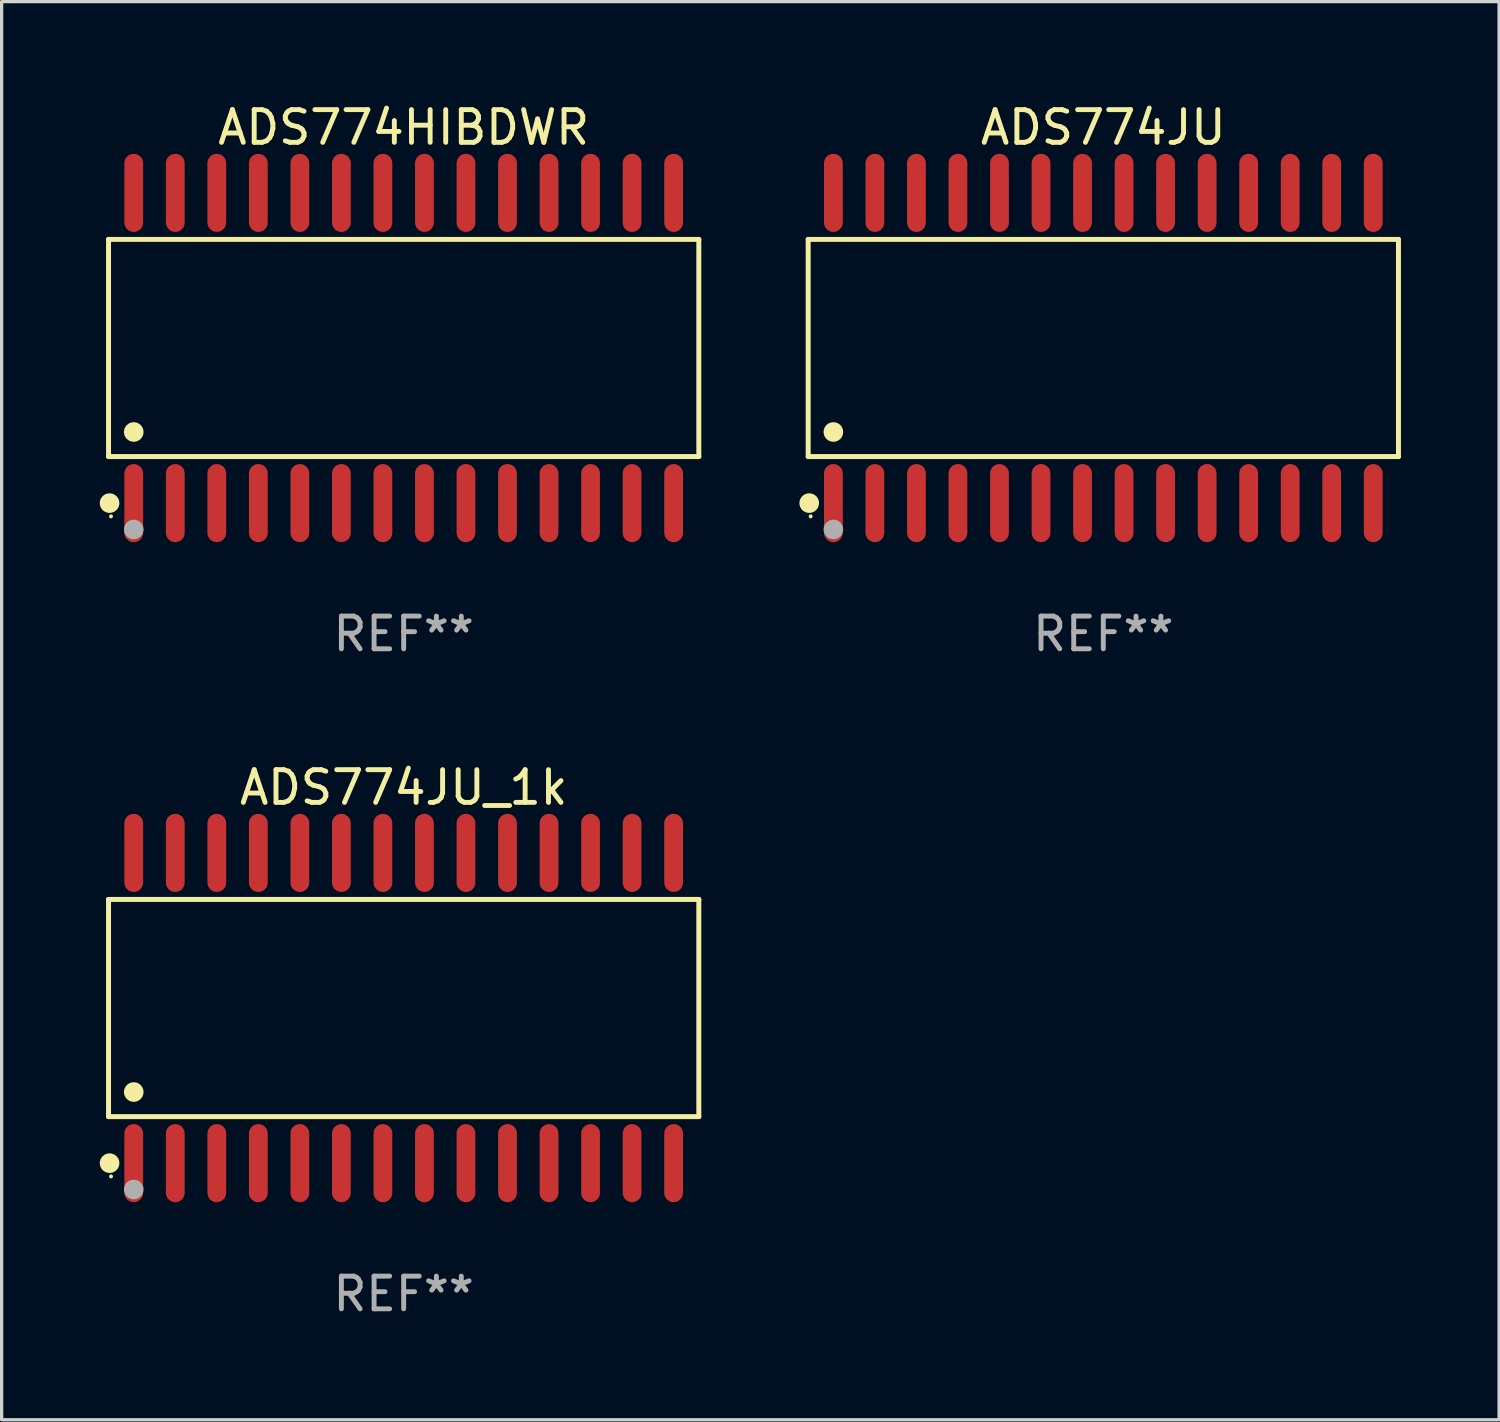
<source format=kicad_pcb>
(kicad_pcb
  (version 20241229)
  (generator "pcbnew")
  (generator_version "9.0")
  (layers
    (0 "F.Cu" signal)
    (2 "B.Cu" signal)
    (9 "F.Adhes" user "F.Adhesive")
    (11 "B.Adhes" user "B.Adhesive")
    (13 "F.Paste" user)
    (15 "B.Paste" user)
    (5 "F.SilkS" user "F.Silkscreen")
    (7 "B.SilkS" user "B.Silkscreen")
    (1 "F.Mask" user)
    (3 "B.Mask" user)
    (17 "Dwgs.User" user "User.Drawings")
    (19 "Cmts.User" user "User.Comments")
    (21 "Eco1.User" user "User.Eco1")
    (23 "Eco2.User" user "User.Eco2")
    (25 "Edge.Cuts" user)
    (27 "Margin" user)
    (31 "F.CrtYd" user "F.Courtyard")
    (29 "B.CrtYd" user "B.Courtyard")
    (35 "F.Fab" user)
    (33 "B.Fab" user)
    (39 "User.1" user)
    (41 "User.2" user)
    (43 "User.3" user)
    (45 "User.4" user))
  (footprint "ADS774HIBDWR"
    (layer "F.Cu")
    (at 9.295 7.592)
    (property "Reference" "ADS774HIBDWR" (at 0 -6.744 0) (layer "F.SilkS") (effects (font (size 1 1) (thickness 0.15))))
    (attr through_hole)
    (fp_line (start -9.026 -3.321) (end 9.026 -3.321) (stroke (width 0.152) (type solid)) (layer "F.SilkS"))
    (fp_line (start -9.026 3.321) (end -9.026 -3.321) (stroke (width 0.152) (type solid)) (layer "F.SilkS"))
    (fp_line (start 9.026 -3.321) (end 9.026 3.321) (stroke (width 0.152) (type solid)) (layer "F.SilkS"))
    (fp_line (start 9.026 3.321) (end -9.026 3.321) (stroke (width 0.152) (type solid)) (layer "F.SilkS"))
    (fp_circle (center -8.994 4.744) (end -8.844 4.744) (stroke (width 0.3) (type solid)) (fill no) (layer "F.SilkS"))
    (fp_circle (center -8.95 5.15) (end -8.92 5.15) (stroke (width 0.06) (type solid)) (fill no) (layer "F.SilkS"))
    (fp_circle (center -8.255 2.569) (end -8.105 2.569) (stroke (width 0.3) (type solid)) (fill no) (layer "F.SilkS"))
    (fp_circle (center -8.255 5.55) (end -8.105 5.55) (stroke (width 0.3) (type solid)) (fill no) (layer "F.Fab"))
    (fp_text user "REF**" (at 0 8.744 0) (layer "F.Fab") (effects (font (size 1 1) (thickness 0.15))))
    (pad "1" smd oval (at -8.255 4.744) (size 0.574 2.388) (layers "F.Cu" "F.Mask" "F.Paste"))
    (pad "2" smd oval (at -6.985 4.744) (size 0.574 2.388) (layers "F.Cu" "F.Mask" "F.Paste"))
    (pad "3" smd oval (at -5.715 4.744) (size 0.574 2.388) (layers "F.Cu" "F.Mask" "F.Paste"))
    (pad "4" smd oval (at -4.445 4.744) (size 0.574 2.388) (layers "F.Cu" "F.Mask" "F.Paste"))
    (pad "5" smd oval (at -3.175 4.744) (size 0.574 2.388) (layers "F.Cu" "F.Mask" "F.Paste"))
    (pad "6" smd oval (at -1.905 4.744) (size 0.574 2.388) (layers "F.Cu" "F.Mask" "F.Paste"))
    (pad "7" smd oval (at -0.635 4.744) (size 0.574 2.388) (layers "F.Cu" "F.Mask" "F.Paste"))
    (pad "8" smd oval (at 0.635 4.744) (size 0.574 2.388) (layers "F.Cu" "F.Mask" "F.Paste"))
    (pad "9" smd oval (at 1.905 4.744) (size 0.574 2.388) (layers "F.Cu" "F.Mask" "F.Paste"))
    (pad "10" smd oval (at 3.175 4.744) (size 0.574 2.388) (layers "F.Cu" "F.Mask" "F.Paste"))
    (pad "11" smd oval (at 4.445 4.744) (size 0.574 2.388) (layers "F.Cu" "F.Mask" "F.Paste"))
    (pad "12" smd oval (at 5.715 4.744) (size 0.574 2.388) (layers "F.Cu" "F.Mask" "F.Paste"))
    (pad "13" smd oval (at 6.985 4.744) (size 0.574 2.388) (layers "F.Cu" "F.Mask" "F.Paste"))
    (pad "14" smd oval (at 8.255 4.744) (size 0.574 2.388) (layers "F.Cu" "F.Mask" "F.Paste"))
    (pad "15" smd oval (at 8.255 -4.744) (size 0.574 2.388) (layers "F.Cu" "F.Mask" "F.Paste"))
    (pad "16" smd oval (at 6.985 -4.744) (size 0.574 2.388) (layers "F.Cu" "F.Mask" "F.Paste"))
    (pad "17" smd oval (at 5.715 -4.744) (size 0.574 2.388) (layers "F.Cu" "F.Mask" "F.Paste"))
    (pad "18" smd oval (at 4.445 -4.744) (size 0.574 2.388) (layers "F.Cu" "F.Mask" "F.Paste"))
    (pad "19" smd oval (at 3.175 -4.744) (size 0.574 2.388) (layers "F.Cu" "F.Mask" "F.Paste"))
    (pad "20" smd oval (at 1.905 -4.744) (size 0.574 2.388) (layers "F.Cu" "F.Mask" "F.Paste"))
    (pad "21" smd oval (at 0.635 -4.744) (size 0.574 2.388) (layers "F.Cu" "F.Mask" "F.Paste"))
    (pad "22" smd oval (at -0.635 -4.744) (size 0.574 2.388) (layers "F.Cu" "F.Mask" "F.Paste"))
    (pad "23" smd oval (at -1.905 -4.744) (size 0.574 2.388) (layers "F.Cu" "F.Mask" "F.Paste"))
    (pad "24" smd oval (at -3.175 -4.744) (size 0.574 2.388) (layers "F.Cu" "F.Mask" "F.Paste"))
    (pad "25" smd oval (at -4.445 -4.744) (size 0.574 2.388) (layers "F.Cu" "F.Mask" "F.Paste"))
    (pad "26" smd oval (at -5.715 -4.744) (size 0.574 2.388) (layers "F.Cu" "F.Mask" "F.Paste"))
    (pad "27" smd oval (at -6.985 -4.744) (size 0.574 2.388) (layers "F.Cu" "F.Mask" "F.Paste"))
    (pad "28" smd oval (at -8.255 -4.744) (size 0.574 2.388) (layers "F.Cu" "F.Mask" "F.Paste")))
  (footprint "ADS774JU"
    (layer "F.Cu")
    (at 30.691 7.592)
    (property "Reference" "ADS774JU" (at 0 -6.744 0) (layer "F.SilkS") (effects (font (size 1 1) (thickness 0.15))))
    (attr through_hole)
    (fp_line (start -9.026 -3.321) (end 9.026 -3.321) (stroke (width 0.152) (type solid)) (layer "F.SilkS"))
    (fp_line (start -9.026 3.321) (end -9.026 -3.321) (stroke (width 0.152) (type solid)) (layer "F.SilkS"))
    (fp_line (start 9.026 -3.321) (end 9.026 3.321) (stroke (width 0.152) (type solid)) (layer "F.SilkS"))
    (fp_line (start 9.026 3.321) (end -9.026 3.321) (stroke (width 0.152) (type solid)) (layer "F.SilkS"))
    (fp_circle (center -8.994 4.744) (end -8.844 4.744) (stroke (width 0.3) (type solid)) (fill no) (layer "F.SilkS"))
    (fp_circle (center -8.95 5.15) (end -8.92 5.15) (stroke (width 0.06) (type solid)) (fill no) (layer "F.SilkS"))
    (fp_circle (center -8.255 2.569) (end -8.105 2.569) (stroke (width 0.3) (type solid)) (fill no) (layer "F.SilkS"))
    (fp_circle (center -8.255 5.55) (end -8.105 5.55) (stroke (width 0.3) (type solid)) (fill no) (layer "F.Fab"))
    (fp_text user "REF**" (at 0 8.744 0) (layer "F.Fab") (effects (font (size 1 1) (thickness 0.15))))
    (pad "1" smd oval (at -8.255 4.744) (size 0.574 2.388) (layers "F.Cu" "F.Mask" "F.Paste"))
    (pad "2" smd oval (at -6.985 4.744) (size 0.574 2.388) (layers "F.Cu" "F.Mask" "F.Paste"))
    (pad "3" smd oval (at -5.715 4.744) (size 0.574 2.388) (layers "F.Cu" "F.Mask" "F.Paste"))
    (pad "4" smd oval (at -4.445 4.744) (size 0.574 2.388) (layers "F.Cu" "F.Mask" "F.Paste"))
    (pad "5" smd oval (at -3.175 4.744) (size 0.574 2.388) (layers "F.Cu" "F.Mask" "F.Paste"))
    (pad "6" smd oval (at -1.905 4.744) (size 0.574 2.388) (layers "F.Cu" "F.Mask" "F.Paste"))
    (pad "7" smd oval (at -0.635 4.744) (size 0.574 2.388) (layers "F.Cu" "F.Mask" "F.Paste"))
    (pad "8" smd oval (at 0.635 4.744) (size 0.574 2.388) (layers "F.Cu" "F.Mask" "F.Paste"))
    (pad "9" smd oval (at 1.905 4.744) (size 0.574 2.388) (layers "F.Cu" "F.Mask" "F.Paste"))
    (pad "10" smd oval (at 3.175 4.744) (size 0.574 2.388) (layers "F.Cu" "F.Mask" "F.Paste"))
    (pad "11" smd oval (at 4.445 4.744) (size 0.574 2.388) (layers "F.Cu" "F.Mask" "F.Paste"))
    (pad "12" smd oval (at 5.715 4.744) (size 0.574 2.388) (layers "F.Cu" "F.Mask" "F.Paste"))
    (pad "13" smd oval (at 6.985 4.744) (size 0.574 2.388) (layers "F.Cu" "F.Mask" "F.Paste"))
    (pad "14" smd oval (at 8.255 4.744) (size 0.574 2.388) (layers "F.Cu" "F.Mask" "F.Paste"))
    (pad "15" smd oval (at 8.255 -4.744) (size 0.574 2.388) (layers "F.Cu" "F.Mask" "F.Paste"))
    (pad "16" smd oval (at 6.985 -4.744) (size 0.574 2.388) (layers "F.Cu" "F.Mask" "F.Paste"))
    (pad "17" smd oval (at 5.715 -4.744) (size 0.574 2.388) (layers "F.Cu" "F.Mask" "F.Paste"))
    (pad "18" smd oval (at 4.445 -4.744) (size 0.574 2.388) (layers "F.Cu" "F.Mask" "F.Paste"))
    (pad "19" smd oval (at 3.175 -4.744) (size 0.574 2.388) (layers "F.Cu" "F.Mask" "F.Paste"))
    (pad "20" smd oval (at 1.905 -4.744) (size 0.574 2.388) (layers "F.Cu" "F.Mask" "F.Paste"))
    (pad "21" smd oval (at 0.635 -4.744) (size 0.574 2.388) (layers "F.Cu" "F.Mask" "F.Paste"))
    (pad "22" smd oval (at -0.635 -4.744) (size 0.574 2.388) (layers "F.Cu" "F.Mask" "F.Paste"))
    (pad "23" smd oval (at -1.905 -4.744) (size 0.574 2.388) (layers "F.Cu" "F.Mask" "F.Paste"))
    (pad "24" smd oval (at -3.175 -4.744) (size 0.574 2.388) (layers "F.Cu" "F.Mask" "F.Paste"))
    (pad "25" smd oval (at -4.445 -4.744) (size 0.574 2.388) (layers "F.Cu" "F.Mask" "F.Paste"))
    (pad "26" smd oval (at -5.715 -4.744) (size 0.574 2.388) (layers "F.Cu" "F.Mask" "F.Paste"))
    (pad "27" smd oval (at -6.985 -4.744) (size 0.574 2.388) (layers "F.Cu" "F.Mask" "F.Paste"))
    (pad "28" smd oval (at -8.255 -4.744) (size 0.574 2.388) (layers "F.Cu" "F.Mask" "F.Paste")))
  (footprint "ADS774JU_1k"
    (layer "F.Cu")
    (at 9.295 27.777)
    (property "Reference" "ADS774JU_1k" (at 0 -6.744 0) (layer "F.SilkS") (effects (font (size 1 1) (thickness 0.15))))
    (attr through_hole)
    (fp_line (start -9.026 -3.321) (end 9.026 -3.321) (stroke (width 0.152) (type solid)) (layer "F.SilkS"))
    (fp_line (start -9.026 3.321) (end -9.026 -3.321) (stroke (width 0.152) (type solid)) (layer "F.SilkS"))
    (fp_line (start 9.026 -3.321) (end 9.026 3.321) (stroke (width 0.152) (type solid)) (layer "F.SilkS"))
    (fp_line (start 9.026 3.321) (end -9.026 3.321) (stroke (width 0.152) (type solid)) (layer "F.SilkS"))
    (fp_circle (center -8.994 4.744) (end -8.844 4.744) (stroke (width 0.3) (type solid)) (fill no) (layer "F.SilkS"))
    (fp_circle (center -8.95 5.15) (end -8.92 5.15) (stroke (width 0.06) (type solid)) (fill no) (layer "F.SilkS"))
    (fp_circle (center -8.255 2.569) (end -8.105 2.569) (stroke (width 0.3) (type solid)) (fill no) (layer "F.SilkS"))
    (fp_circle (center -8.255 5.55) (end -8.105 5.55) (stroke (width 0.3) (type solid)) (fill no) (layer "F.Fab"))
    (fp_text user "REF**" (at 0 8.744 0) (layer "F.Fab") (effects (font (size 1 1) (thickness 0.15))))
    (pad "1" smd oval (at -8.255 4.744) (size 0.574 2.388) (layers "F.Cu" "F.Mask" "F.Paste"))
    (pad "2" smd oval (at -6.985 4.744) (size 0.574 2.388) (layers "F.Cu" "F.Mask" "F.Paste"))
    (pad "3" smd oval (at -5.715 4.744) (size 0.574 2.388) (layers "F.Cu" "F.Mask" "F.Paste"))
    (pad "4" smd oval (at -4.445 4.744) (size 0.574 2.388) (layers "F.Cu" "F.Mask" "F.Paste"))
    (pad "5" smd oval (at -3.175 4.744) (size 0.574 2.388) (layers "F.Cu" "F.Mask" "F.Paste"))
    (pad "6" smd oval (at -1.905 4.744) (size 0.574 2.388) (layers "F.Cu" "F.Mask" "F.Paste"))
    (pad "7" smd oval (at -0.635 4.744) (size 0.574 2.388) (layers "F.Cu" "F.Mask" "F.Paste"))
    (pad "8" smd oval (at 0.635 4.744) (size 0.574 2.388) (layers "F.Cu" "F.Mask" "F.Paste"))
    (pad "9" smd oval (at 1.905 4.744) (size 0.574 2.388) (layers "F.Cu" "F.Mask" "F.Paste"))
    (pad "10" smd oval (at 3.175 4.744) (size 0.574 2.388) (layers "F.Cu" "F.Mask" "F.Paste"))
    (pad "11" smd oval (at 4.445 4.744) (size 0.574 2.388) (layers "F.Cu" "F.Mask" "F.Paste"))
    (pad "12" smd oval (at 5.715 4.744) (size 0.574 2.388) (layers "F.Cu" "F.Mask" "F.Paste"))
    (pad "13" smd oval (at 6.985 4.744) (size 0.574 2.388) (layers "F.Cu" "F.Mask" "F.Paste"))
    (pad "14" smd oval (at 8.255 4.744) (size 0.574 2.388) (layers "F.Cu" "F.Mask" "F.Paste"))
    (pad "15" smd oval (at 8.255 -4.744) (size 0.574 2.388) (layers "F.Cu" "F.Mask" "F.Paste"))
    (pad "16" smd oval (at 6.985 -4.744) (size 0.574 2.388) (layers "F.Cu" "F.Mask" "F.Paste"))
    (pad "17" smd oval (at 5.715 -4.744) (size 0.574 2.388) (layers "F.Cu" "F.Mask" "F.Paste"))
    (pad "18" smd oval (at 4.445 -4.744) (size 0.574 2.388) (layers "F.Cu" "F.Mask" "F.Paste"))
    (pad "19" smd oval (at 3.175 -4.744) (size 0.574 2.388) (layers "F.Cu" "F.Mask" "F.Paste"))
    (pad "20" smd oval (at 1.905 -4.744) (size 0.574 2.388) (layers "F.Cu" "F.Mask" "F.Paste"))
    (pad "21" smd oval (at 0.635 -4.744) (size 0.574 2.388) (layers "F.Cu" "F.Mask" "F.Paste"))
    (pad "22" smd oval (at -0.635 -4.744) (size 0.574 2.388) (layers "F.Cu" "F.Mask" "F.Paste"))
    (pad "23" smd oval (at -1.905 -4.744) (size 0.574 2.388) (layers "F.Cu" "F.Mask" "F.Paste"))
    (pad "24" smd oval (at -3.175 -4.744) (size 0.574 2.388) (layers "F.Cu" "F.Mask" "F.Paste"))
    (pad "25" smd oval (at -4.445 -4.744) (size 0.574 2.388) (layers "F.Cu" "F.Mask" "F.Paste"))
    (pad "26" smd oval (at -5.715 -4.744) (size 0.574 2.388) (layers "F.Cu" "F.Mask" "F.Paste"))
    (pad "27" smd oval (at -6.985 -4.744) (size 0.574 2.388) (layers "F.Cu" "F.Mask" "F.Paste"))
    (pad "28" smd oval (at -8.255 -4.744) (size 0.574 2.388) (layers "F.Cu" "F.Mask" "F.Paste")))
  (gr_rect
    (start -3 -3)
    (end 42.794 40.369)
    (stroke (width 0.1) (type default))
    (fill no)
    (layer "Edge.Cuts")))
</source>
